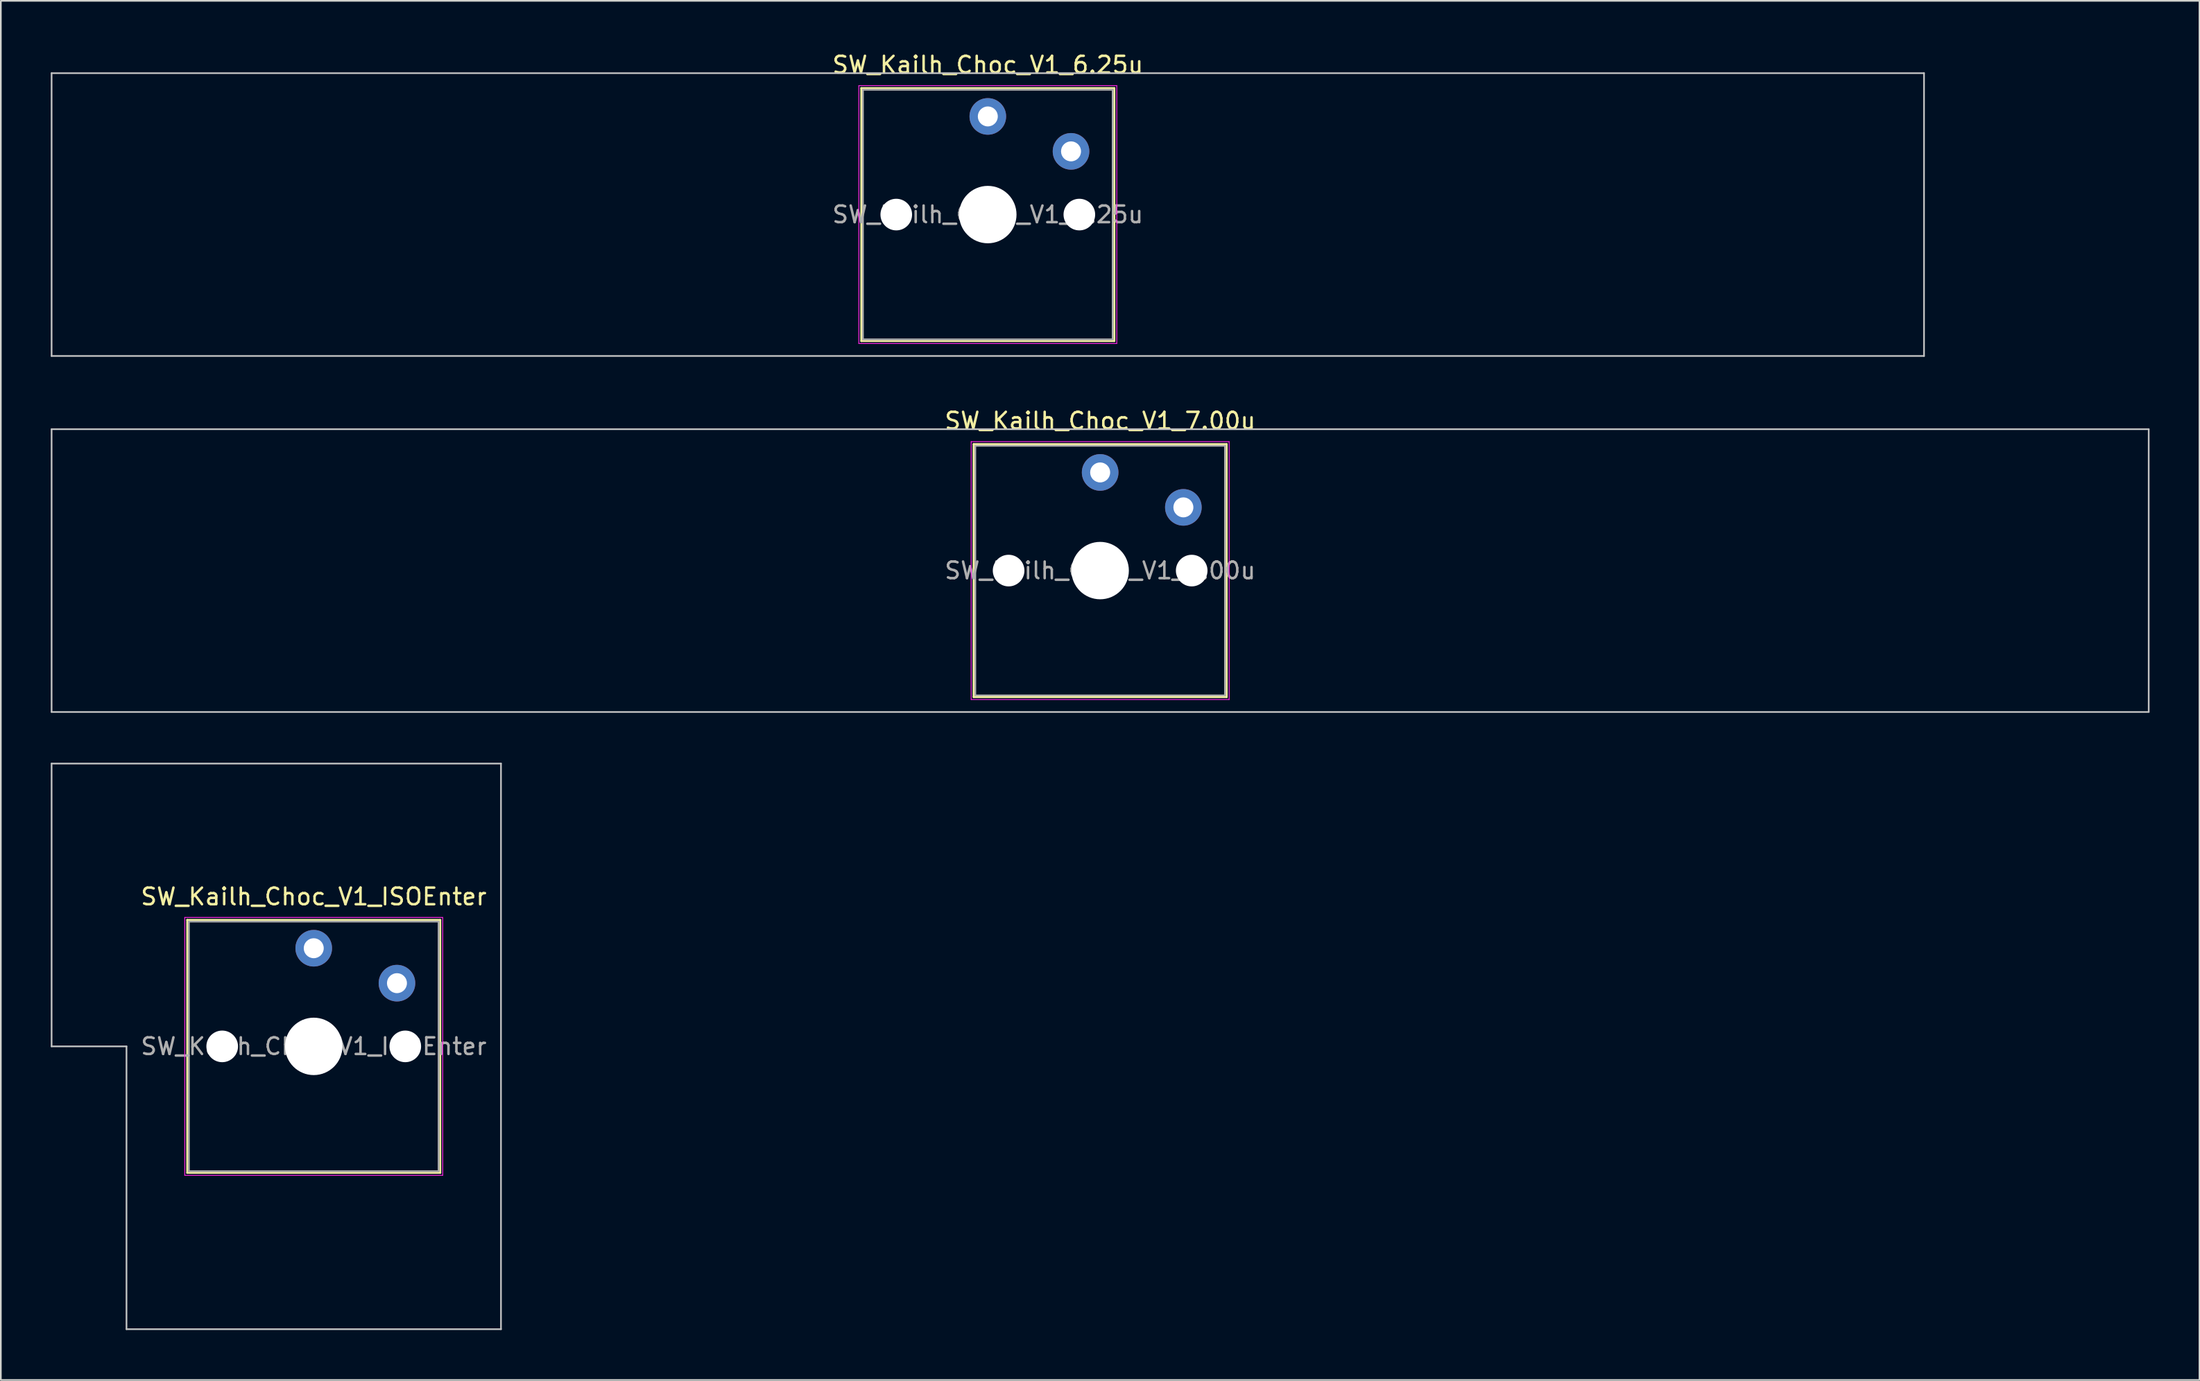
<source format=kicad_pcb>
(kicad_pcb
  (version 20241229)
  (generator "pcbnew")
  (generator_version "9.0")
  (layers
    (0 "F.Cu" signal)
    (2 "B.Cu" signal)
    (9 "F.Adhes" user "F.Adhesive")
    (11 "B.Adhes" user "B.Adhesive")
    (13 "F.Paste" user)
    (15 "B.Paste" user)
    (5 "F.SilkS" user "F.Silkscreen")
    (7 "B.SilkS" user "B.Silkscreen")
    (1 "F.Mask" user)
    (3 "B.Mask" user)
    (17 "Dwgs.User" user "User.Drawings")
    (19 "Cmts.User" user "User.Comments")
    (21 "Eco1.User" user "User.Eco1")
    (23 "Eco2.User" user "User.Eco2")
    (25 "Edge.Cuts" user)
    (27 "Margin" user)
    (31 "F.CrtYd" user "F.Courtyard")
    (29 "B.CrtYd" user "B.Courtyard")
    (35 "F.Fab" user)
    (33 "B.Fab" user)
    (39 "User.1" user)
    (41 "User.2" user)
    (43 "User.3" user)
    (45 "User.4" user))
  (footprint "SW_Kailh_Choc_V1_7.00u"
    (layer "F.Cu")
    (at 63.05 31.247)
    (property "Reference" "SW_Kailh_Choc_V1_7.00u" (at 0 -9 0) (layer "F.SilkS") (effects (font (size 1 1) (thickness 0.15))))
    (attr through_hole)
    (fp_line (start -7.6 -7.6) (end -7.6 7.6) (stroke (width 0.12) (type solid)) (layer "F.SilkS"))
    (fp_line (start -7.6 7.6) (end 7.6 7.6) (stroke (width 0.12) (type solid)) (layer "F.SilkS"))
    (fp_line (start 7.6 -7.6) (end -7.6 -7.6) (stroke (width 0.12) (type solid)) (layer "F.SilkS"))
    (fp_line (start 7.6 7.6) (end 7.6 -7.6) (stroke (width 0.12) (type solid)) (layer "F.SilkS"))
    (fp_line (start -63 -8.5) (end -63 8.5) (stroke (width 0.1) (type solid)) (layer "Dwgs.User"))
    (fp_line (start -63 8.5) (end 63 8.5) (stroke (width 0.1) (type solid)) (layer "Dwgs.User"))
    (fp_line (start 63 -8.5) (end -63 -8.5) (stroke (width 0.1) (type solid)) (layer "Dwgs.User"))
    (fp_line (start 63 8.5) (end 63 -8.5) (stroke (width 0.1) (type solid)) (layer "Dwgs.User"))
    (fp_line (start -7.25 -7.25) (end -7.25 7.25) (stroke (width 0.1) (type solid)) (layer "Eco1.User"))
    (fp_line (start -7.25 7.25) (end 7.25 7.25) (stroke (width 0.1) (type solid)) (layer "Eco1.User"))
    (fp_line (start 7.25 -7.25) (end -7.25 -7.25) (stroke (width 0.1) (type solid)) (layer "Eco1.User"))
    (fp_line (start 7.25 7.25) (end 7.25 -7.25) (stroke (width 0.1) (type solid)) (layer "Eco1.User"))
    (fp_line (start -7.75 -7.75) (end -7.75 7.75) (stroke (width 0.05) (type solid)) (layer "F.CrtYd"))
    (fp_line (start -7.75 7.75) (end 7.75 7.75) (stroke (width 0.05) (type solid)) (layer "F.CrtYd"))
    (fp_line (start 7.75 -7.75) (end -7.75 -7.75) (stroke (width 0.05) (type solid)) (layer "F.CrtYd"))
    (fp_line (start 7.75 7.75) (end 7.75 -7.75) (stroke (width 0.05) (type solid)) (layer "F.CrtYd"))
    (fp_line (start -7.5 -7.5) (end -7.5 7.5) (stroke (width 0.1) (type solid)) (layer "F.Fab"))
    (fp_line (start -7.5 7.5) (end 7.5 7.5) (stroke (width 0.1) (type solid)) (layer "F.Fab"))
    (fp_line (start 7.5 -7.5) (end -7.5 -7.5) (stroke (width 0.1) (type solid)) (layer "F.Fab"))
    (fp_line (start 7.5 7.5) (end 7.5 -7.5) (stroke (width 0.1) (type solid)) (layer "F.Fab"))
    (fp_text user "${REFERENCE}" (at 0 0 0) (layer "F.Fab") (effects (font (size 1 1) (thickness 0.15))))
    (pad "" np_thru_hole circle (at -5.5 0) (size 1.9 1.9) (drill 1.9) (layers "*.Cu" "*.Mask"))
    (pad "" smd circle (at 0 -5.9) (size 1.25 1.25) (layers "F.Mask"))
    (pad "" np_thru_hole circle (at 0 0) (size 3.45 3.45) (drill 3.45) (layers "*.Cu" "*.Mask"))
    (pad "" smd circle (at 5 -3.8) (size 1.25 1.25) (layers "F.Mask"))
    (pad "" np_thru_hole circle (at 5.5 0) (size 1.9 1.9) (drill 1.9) (layers "*.Cu" "*.Mask"))
    (pad "1" thru_hole circle (at 0 -5.9) (size 2.2 2.2) (drill 1.2) (layers "*.Cu" "B.Mask"))
    (pad "2" thru_hole circle (at 5 -3.8) (size 2.2 2.2) (drill 1.2) (layers "*.Cu" "B.Mask")))
  (footprint "SW_Kailh_Choc_V1_ISOEnter"
    (layer "F.Cu")
    (at 15.8 59.846)
    (property "Reference" "SW_Kailh_Choc_V1_ISOEnter" (at 0 -9 0) (layer "F.SilkS") (effects (font (size 1 1) (thickness 0.15))))
    (attr through_hole)
    (fp_line (start -7.6 -7.6) (end -7.6 7.6) (stroke (width 0.12) (type solid)) (layer "F.SilkS"))
    (fp_line (start -7.6 7.6) (end 7.6 7.6) (stroke (width 0.12) (type solid)) (layer "F.SilkS"))
    (fp_line (start 7.6 -7.6) (end -7.6 -7.6) (stroke (width 0.12) (type solid)) (layer "F.SilkS"))
    (fp_line (start 7.6 7.6) (end 7.6 -7.6) (stroke (width 0.12) (type solid)) (layer "F.SilkS"))
    (fp_line (start -15.75 -17) (end -15.75 0) (stroke (width 0.1) (type solid)) (layer "Dwgs.User"))
    (fp_line (start -15.75 0) (end -11.25 0) (stroke (width 0.1) (type solid)) (layer "Dwgs.User"))
    (fp_line (start -11.25 0) (end -11.25 17) (stroke (width 0.1) (type solid)) (layer "Dwgs.User"))
    (fp_line (start -11.25 17) (end 11.25 17) (stroke (width 0.1) (type solid)) (layer "Dwgs.User"))
    (fp_line (start 11.25 -17) (end -15.75 -17) (stroke (width 0.1) (type solid)) (layer "Dwgs.User"))
    (fp_line (start 11.25 17) (end 11.25 -17) (stroke (width 0.1) (type solid)) (layer "Dwgs.User"))
    (fp_line (start -7.25 -7.25) (end -7.25 7.25) (stroke (width 0.1) (type solid)) (layer "Eco1.User"))
    (fp_line (start -7.25 7.25) (end 7.25 7.25) (stroke (width 0.1) (type solid)) (layer "Eco1.User"))
    (fp_line (start 7.25 -7.25) (end -7.25 -7.25) (stroke (width 0.1) (type solid)) (layer "Eco1.User"))
    (fp_line (start 7.25 7.25) (end 7.25 -7.25) (stroke (width 0.1) (type solid)) (layer "Eco1.User"))
    (fp_line (start -7.75 -7.75) (end -7.75 7.75) (stroke (width 0.05) (type solid)) (layer "F.CrtYd"))
    (fp_line (start -7.75 7.75) (end 7.75 7.75) (stroke (width 0.05) (type solid)) (layer "F.CrtYd"))
    (fp_line (start 7.75 -7.75) (end -7.75 -7.75) (stroke (width 0.05) (type solid)) (layer "F.CrtYd"))
    (fp_line (start 7.75 7.75) (end 7.75 -7.75) (stroke (width 0.05) (type solid)) (layer "F.CrtYd"))
    (fp_line (start -7.5 -7.5) (end -7.5 7.5) (stroke (width 0.1) (type solid)) (layer "F.Fab"))
    (fp_line (start -7.5 7.5) (end 7.5 7.5) (stroke (width 0.1) (type solid)) (layer "F.Fab"))
    (fp_line (start 7.5 -7.5) (end -7.5 -7.5) (stroke (width 0.1) (type solid)) (layer "F.Fab"))
    (fp_line (start 7.5 7.5) (end 7.5 -7.5) (stroke (width 0.1) (type solid)) (layer "F.Fab"))
    (fp_text user "${REFERENCE}" (at 0 0 0) (layer "F.Fab") (effects (font (size 1 1) (thickness 0.15))))
    (pad "" np_thru_hole circle (at -5.5 0) (size 1.9 1.9) (drill 1.9) (layers "*.Cu" "*.Mask"))
    (pad "" smd circle (at 0 -5.9) (size 1.25 1.25) (layers "F.Mask"))
    (pad "" np_thru_hole circle (at 0 0) (size 3.45 3.45) (drill 3.45) (layers "*.Cu" "*.Mask"))
    (pad "" smd circle (at 5 -3.8) (size 1.25 1.25) (layers "F.Mask"))
    (pad "" np_thru_hole circle (at 5.5 0) (size 1.9 1.9) (drill 1.9) (layers "*.Cu" "*.Mask"))
    (pad "1" thru_hole circle (at 0 -5.9) (size 2.2 2.2) (drill 1.2) (layers "*.Cu" "B.Mask"))
    (pad "2" thru_hole circle (at 5 -3.8) (size 2.2 2.2) (drill 1.2) (layers "*.Cu" "B.Mask")))
  (footprint "SW_Kailh_Choc_V1_6.25u"
    (layer "F.Cu")
    (at 56.3 9.848)
    (property "Reference" "SW_Kailh_Choc_V1_6.25u" (at 0 -9 0) (layer "F.SilkS") (effects (font (size 1 1) (thickness 0.15))))
    (attr through_hole)
    (fp_line (start -7.6 -7.6) (end -7.6 7.6) (stroke (width 0.12) (type solid)) (layer "F.SilkS"))
    (fp_line (start -7.6 7.6) (end 7.6 7.6) (stroke (width 0.12) (type solid)) (layer "F.SilkS"))
    (fp_line (start 7.6 -7.6) (end -7.6 -7.6) (stroke (width 0.12) (type solid)) (layer "F.SilkS"))
    (fp_line (start 7.6 7.6) (end 7.6 -7.6) (stroke (width 0.12) (type solid)) (layer "F.SilkS"))
    (fp_line (start -56.25 -8.5) (end -56.25 8.5) (stroke (width 0.1) (type solid)) (layer "Dwgs.User"))
    (fp_line (start -56.25 8.5) (end 56.25 8.5) (stroke (width 0.1) (type solid)) (layer "Dwgs.User"))
    (fp_line (start 56.25 -8.5) (end -56.25 -8.5) (stroke (width 0.1) (type solid)) (layer "Dwgs.User"))
    (fp_line (start 56.25 8.5) (end 56.25 -8.5) (stroke (width 0.1) (type solid)) (layer "Dwgs.User"))
    (fp_line (start -7.25 -7.25) (end -7.25 7.25) (stroke (width 0.1) (type solid)) (layer "Eco1.User"))
    (fp_line (start -7.25 7.25) (end 7.25 7.25) (stroke (width 0.1) (type solid)) (layer "Eco1.User"))
    (fp_line (start 7.25 -7.25) (end -7.25 -7.25) (stroke (width 0.1) (type solid)) (layer "Eco1.User"))
    (fp_line (start 7.25 7.25) (end 7.25 -7.25) (stroke (width 0.1) (type solid)) (layer "Eco1.User"))
    (fp_line (start -7.75 -7.75) (end -7.75 7.75) (stroke (width 0.05) (type solid)) (layer "F.CrtYd"))
    (fp_line (start -7.75 7.75) (end 7.75 7.75) (stroke (width 0.05) (type solid)) (layer "F.CrtYd"))
    (fp_line (start 7.75 -7.75) (end -7.75 -7.75) (stroke (width 0.05) (type solid)) (layer "F.CrtYd"))
    (fp_line (start 7.75 7.75) (end 7.75 -7.75) (stroke (width 0.05) (type solid)) (layer "F.CrtYd"))
    (fp_line (start -7.5 -7.5) (end -7.5 7.5) (stroke (width 0.1) (type solid)) (layer "F.Fab"))
    (fp_line (start -7.5 7.5) (end 7.5 7.5) (stroke (width 0.1) (type solid)) (layer "F.Fab"))
    (fp_line (start 7.5 -7.5) (end -7.5 -7.5) (stroke (width 0.1) (type solid)) (layer "F.Fab"))
    (fp_line (start 7.5 7.5) (end 7.5 -7.5) (stroke (width 0.1) (type solid)) (layer "F.Fab"))
    (fp_text user "${REFERENCE}" (at 0 0 0) (layer "F.Fab") (effects (font (size 1 1) (thickness 0.15))))
    (pad "" np_thru_hole circle (at -5.5 0) (size 1.9 1.9) (drill 1.9) (layers "*.Cu" "*.Mask"))
    (pad "" smd circle (at 0 -5.9) (size 1.25 1.25) (layers "F.Mask"))
    (pad "" np_thru_hole circle (at 0 0) (size 3.45 3.45) (drill 3.45) (layers "*.Cu" "*.Mask"))
    (pad "" smd circle (at 5 -3.8) (size 1.25 1.25) (layers "F.Mask"))
    (pad "" np_thru_hole circle (at 5.5 0) (size 1.9 1.9) (drill 1.9) (layers "*.Cu" "*.Mask"))
    (pad "1" thru_hole circle (at 0 -5.9) (size 2.2 2.2) (drill 1.2) (layers "*.Cu" "B.Mask"))
    (pad "2" thru_hole circle (at 5 -3.8) (size 2.2 2.2) (drill 1.2) (layers "*.Cu" "B.Mask")))
  (gr_rect
    (start -3 -3)
    (end 129.1 79.897)
    (stroke (width 0.1) (type default))
    (fill no)
    (layer "Edge.Cuts")))
</source>
